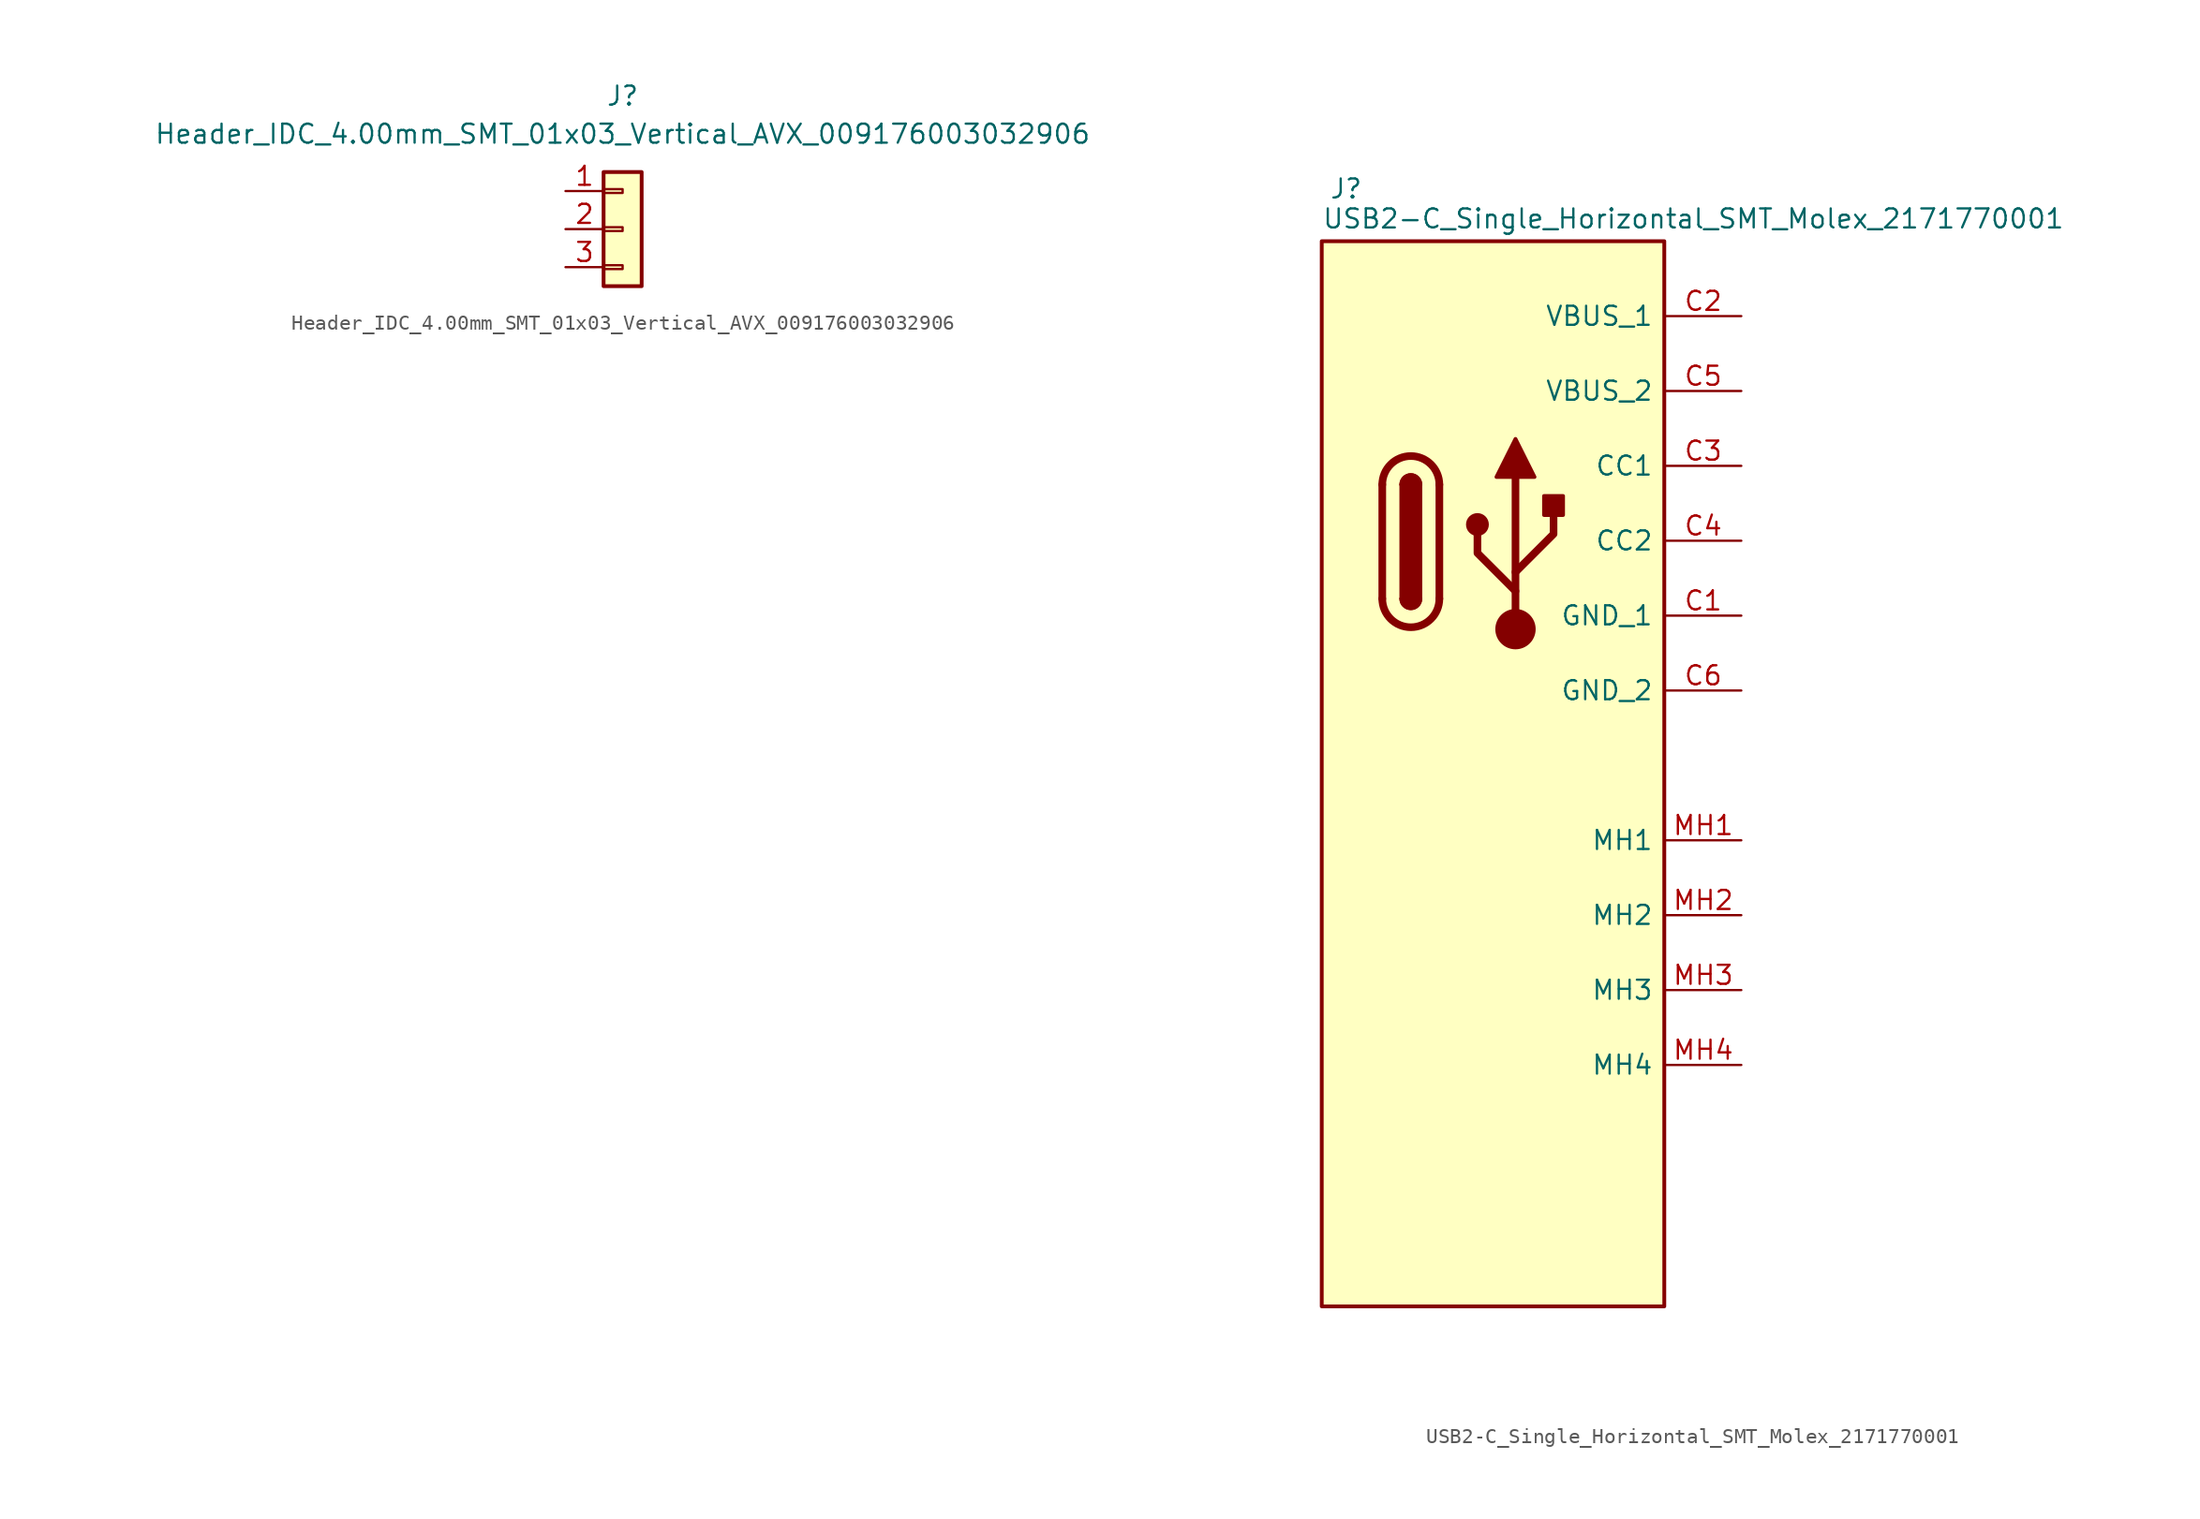
<source format=kicad_sym>
(kicad_symbol_lib
  (version 20211014)
  (generator kicad_symbol_editor)
  (symbol "Header_IDC_4.00mm_SMT_01x03_Vertical_AVX_009176003032906"
    (pin_names
      (offset 1.27) hide)
    (property "Reference" "J"
      (at 0 8.89 0)
      (effects (font (size 1.27 1.27))))
    (property "Value" "Header_IDC_4.00mm_SMT_01x03_Vertical_AVX_009176003032906"
      (at 0 6.35 0)
      (effects (font (size 1.27 1.27))))
    (symbol "Header_IDC_4.00mm_SMT_01x03_Vertical_AVX_009176003032906_1_1"
      (rectangle (start -1.27 -2.413) (end 0 -2.667) (stroke (width 0.152) (type default) (color 0 0 0 0)) (fill (type none)))
      (rectangle (start -1.27 0.127) (end 0 -0.127) (stroke (width 0.152) (type default) (color 0 0 0 0)) (fill (type none)))
      (rectangle (start -1.27 2.667) (end 0 2.413) (stroke (width 0.152) (type default) (color 0 0 0 0)) (fill (type none)))
      (rectangle (start -1.27 3.81) (end 1.27 -3.81) (stroke (width 0.254) (type default) (color 0 0 0 0)) (fill (type background)))
      (pin passive line (at -3.81 2.54 0) (length 2.54) (name "Pin_1" (effects (font (size 1.27 1.27)))) (number "1" (effects (font (size 1.27 1.27)))))
      (pin passive line (at -3.81 0 0) (length 2.54) (name "Pin_2" (effects (font (size 1.27 1.27)))) (number "2" (effects (font (size 1.27 1.27)))))
      (pin passive line (at -3.81 -2.54 0) (length 2.54) (name "Pin_3" (effects (font (size 1.27 1.27)))) (number "3" (effects (font (size 1.27 1.27)))))))
  (symbol "USB2-C_Single_Horizontal_SMT_Molex_2171770001"
    (pin_names
      (offset 0.762))
    (property "Reference" "J"
      (at -13.5 40 0)
      (effects (font (size 1.27 1.27)) (justify left)))
    (property "Value" "USB2-C_Single_Horizontal_SMT_Molex_2171770001"
      (at -14 38 0)
      (effects (font (size 1.27 1.27)) (justify left)))
    (symbol "USB2-C_Single_Horizontal_SMT_Molex_2171770001_0_0"
      (pin power_in line (at 14 11.5 180) (length 5.08) (name "GND_1" (effects (font (size 1.27 1.27)))) (number "C1" (effects (font (size 1.27 1.27)))))
      (pin power_out line (at 14 31.5 180) (length 5.08) (name "VBUS_1" (effects (font (size 1.27 1.27)))) (number "C2" (effects (font (size 1.27 1.27)))))
      (pin bidirectional line (at 14 21.5 180) (length 5.08) (name "CC1" (effects (font (size 1.27 1.27)))) (number "C3" (effects (font (size 1.27 1.27)))))
      (pin bidirectional line (at 14 16.5 180) (length 5.08) (name "CC2" (effects (font (size 1.27 1.27)))) (number "C4" (effects (font (size 1.27 1.27)))))
      (pin power_out line (at 14 26.5 180) (length 5.08) (name "VBUS_2" (effects (font (size 1.27 1.27)))) (number "C5" (effects (font (size 1.27 1.27)))))
      (pin power_in line (at 14 6.5 180) (length 5.08) (name "GND_2" (effects (font (size 1.27 1.27)))) (number "C6" (effects (font (size 1.27 1.27)))))
      (pin passive line (at 14 -3.5 180) (length 5.08) (name "MH1" (effects (font (size 1.27 1.27)))) (number "MH1" (effects (font (size 1.27 1.27)))))
      (pin passive line (at 14 -8.5 180) (length 5.08) (name "MH2" (effects (font (size 1.27 1.27)))) (number "MH2" (effects (font (size 1.27 1.27)))))
      (pin passive line (at 14 -13.5 180) (length 5.08) (name "MH3" (effects (font (size 1.27 1.27)))) (number "MH3" (effects (font (size 1.27 1.27)))))
      (pin passive line (at 14 -18.5 180) (length 5.08) (name "MH4" (effects (font (size 1.27 1.27)))) (number "MH4" (effects (font (size 1.27 1.27))))))
    (symbol "USB2-C_Single_Horizontal_SMT_Molex_2171770001_1_1"
      (rectangle (start -14 36.5) (end 8.86 -34.62) (stroke (width 0.254) (type default) (color 0 0 0 0)) (fill (type background)))
      (arc (start -9.96 12.63) (mid -8.055 10.725) (end -6.15 12.63) (stroke (width 0.508) (type default) (color 0 0 0 0)) (fill (type none)))
      (arc (start -8.69 12.63) (mid -8.055 11.995) (end -7.42 12.63) (stroke (width 0.254) (type default) (color 0 0 0 0)) (fill (type none)))
      (arc (start -8.69 12.63) (mid -8.055 11.995) (end -7.42 12.63) (stroke (width 0.254) (type default) (color 0 0 0 0)) (fill (type outline)))
      (rectangle (start -8.69 12.63) (end -7.42 20.25) (stroke (width 0.254) (type default) (color 0 0 0 0)) (fill (type outline)))
      (arc (start -7.42 20.25) (mid -8.055 20.885) (end -8.69 20.25) (stroke (width 0.254) (type default) (color 0 0 0 0)) (fill (type none)))
      (arc (start -7.42 20.25) (mid -8.055 20.885) (end -8.69 20.25) (stroke (width 0.254) (type default) (color 0 0 0 0)) (fill (type outline)))
      (arc (start -6.15 20.25) (mid -8.055 22.155) (end -9.96 20.25) (stroke (width 0.508) (type default) (color 0 0 0 0)) (fill (type none)))
      (circle (center -3.61 17.583) (radius 0.635) (stroke (width 0.254) (type default) (color 0 0 0 0)) (fill (type outline)))
      (circle (center -1.07 10.598) (radius 1.27) (stroke (width 0) (type default) (color 0 0 0 0)) (fill (type outline)))
      (polyline (pts (xy -9.96 12.63) (xy -9.96 20.25)) (stroke (width 0.508) (type default) (color 0 0 0 0)) (fill (type none)))
      (polyline (pts (xy -6.15 20.25) (xy -6.15 12.63)) (stroke (width 0.508) (type default) (color 0 0 0 0)) (fill (type none)))
      (polyline (pts (xy -1.07 10.598) (xy -1.07 20.758)) (stroke (width 0.508) (type default) (color 0 0 0 0)) (fill (type none)))
      (polyline (pts (xy -1.07 13.138) (xy -3.61 15.678) (xy -3.61 16.948)) (stroke (width 0.508) (type default) (color 0 0 0 0)) (fill (type none)))
      (polyline (pts (xy -1.07 14.408) (xy 1.47 16.948) (xy 1.47 18.218)) (stroke (width 0.508) (type default) (color 0 0 0 0)) (fill (type none)))
      (polyline (pts (xy -2.34 20.758) (xy -1.07 23.298) (xy 0.2 20.758) (xy -2.34 20.758)) (stroke (width 0.254) (type default) (color 0 0 0 0)) (fill (type outline)))
      (rectangle (start 0.835 18.218) (end 2.105 19.488) (stroke (width 0.254) (type default) (color 0 0 0 0)) (fill (type outline))))))
</source>
